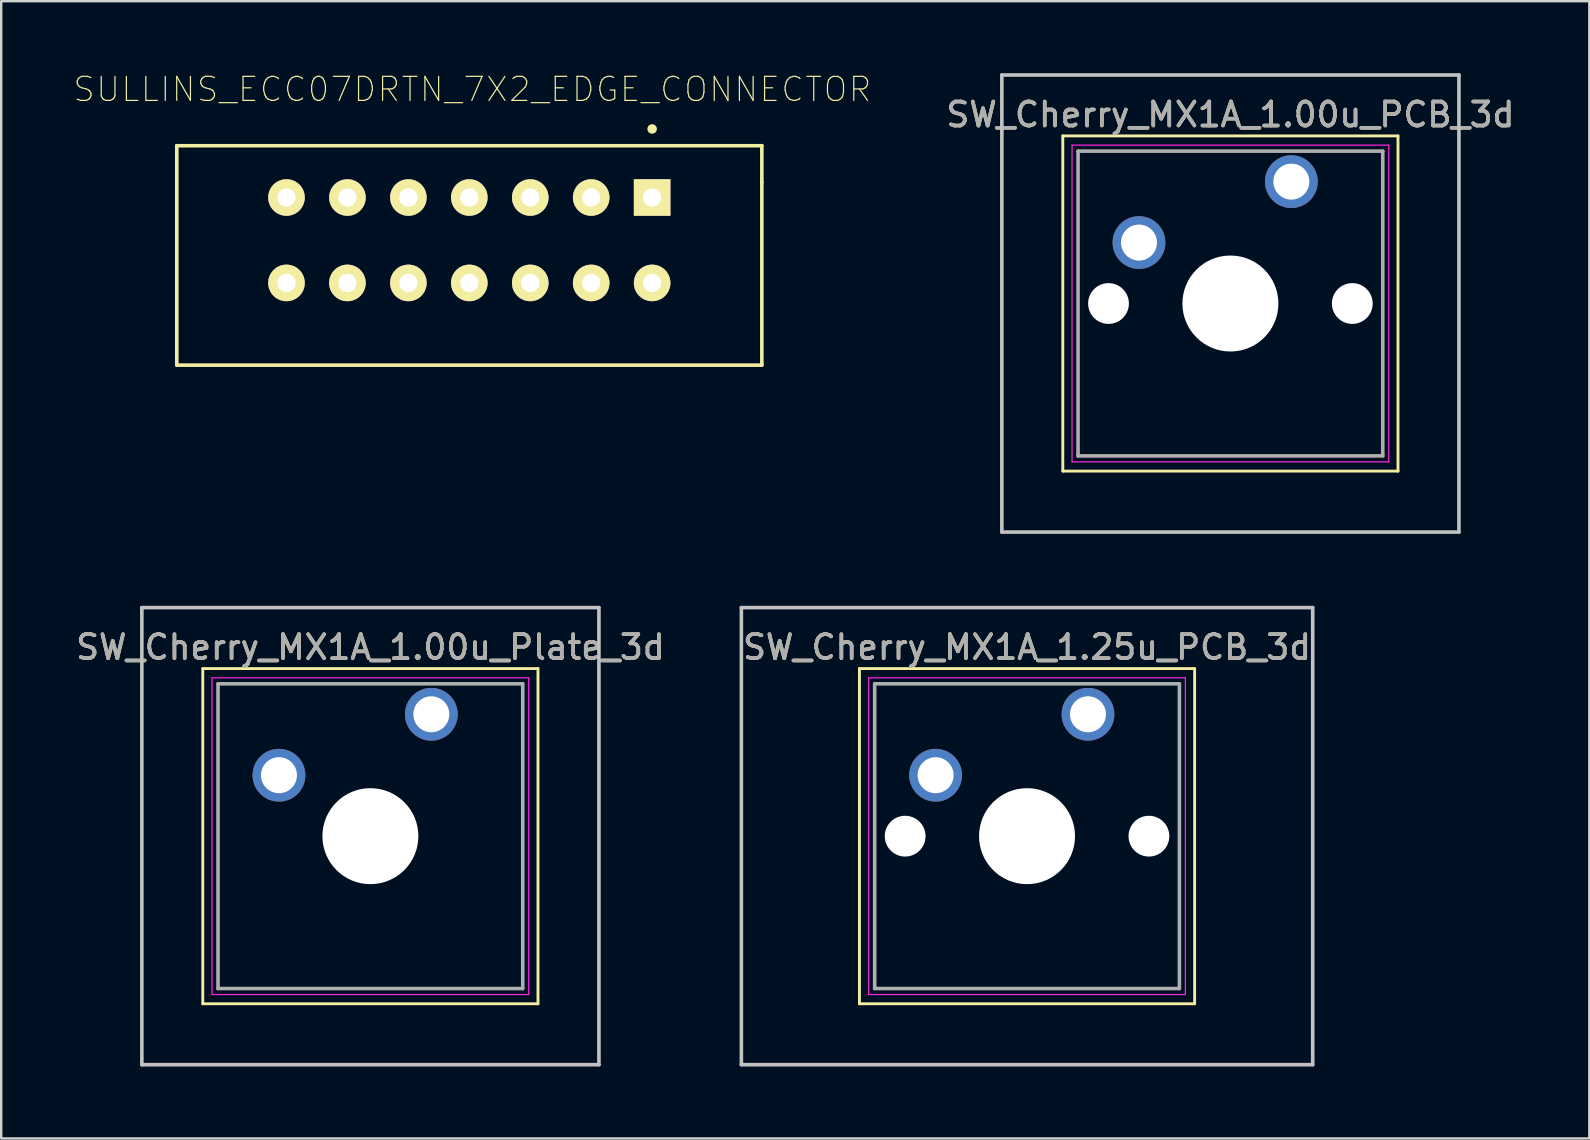
<source format=kicad_pcb>
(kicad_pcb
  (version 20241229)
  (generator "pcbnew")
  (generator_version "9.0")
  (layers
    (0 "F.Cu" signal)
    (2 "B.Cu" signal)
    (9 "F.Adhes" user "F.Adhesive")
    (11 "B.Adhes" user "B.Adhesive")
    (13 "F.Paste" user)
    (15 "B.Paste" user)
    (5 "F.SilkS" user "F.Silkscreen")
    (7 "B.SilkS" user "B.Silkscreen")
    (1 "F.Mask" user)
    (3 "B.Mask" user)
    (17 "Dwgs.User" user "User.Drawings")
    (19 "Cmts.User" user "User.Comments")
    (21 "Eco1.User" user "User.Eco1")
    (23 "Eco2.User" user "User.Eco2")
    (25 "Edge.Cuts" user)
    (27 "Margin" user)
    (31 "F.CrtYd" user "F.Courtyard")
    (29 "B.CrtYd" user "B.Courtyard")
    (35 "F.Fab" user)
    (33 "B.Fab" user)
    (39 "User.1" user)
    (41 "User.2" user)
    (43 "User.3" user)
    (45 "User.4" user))
  (footprint "SULLINS_ECC07DRTN_7X2_EDGE_CONNECTOR"
    (layer "F.Cu")
    (at 15.494 6.833)
    (property "Reference" "SULLINS_ECC07DRTN_7X2_EDGE_CONNECTOR" (at 1.143 -6.16 0) (layer "F.SilkS") (effects (font (size 1.001 1.001) (thickness 0.05))))
    (attr through_hole)
    (fp_line (start -11.176 -3.81) (end -11.176 5.334) (stroke (width 0.15) (type solid)) (layer "F.SilkS"))
    (fp_line (start -11.176 5.334) (end 13.208 5.334) (stroke (width 0.15) (type solid)) (layer "F.SilkS"))
    (fp_line (start 13.208 -3.81) (end -11.176 -3.81) (stroke (width 0.15) (type solid)) (layer "F.SilkS"))
    (fp_line (start 13.208 -2.286) (end 13.208 -3.81) (stroke (width 0.15) (type solid)) (layer "F.SilkS"))
    (fp_line (start 13.208 -2.286) (end 13.208 5.334) (stroke (width 0.15) (type solid)) (layer "F.SilkS"))
    (fp_circle (center 8.636 -4.508) (end 8.736 -4.508) (stroke (width 0.2) (type solid)) (fill no) (layer "F.SilkS"))
    (pad "1" thru_hole rect (at 8.636 -1.651 180) (size 1.524 1.524) (drill 0.762) (layers "*.Cu" "*.Mask" "F.SilkS"))
    (pad "2" thru_hole circle (at 6.096 -1.651 180) (size 1.524 1.524) (drill 0.762) (layers "*.Cu" "*.Mask" "F.SilkS"))
    (pad "3" thru_hole circle (at 3.556 -1.651 180) (size 1.524 1.524) (drill 0.762) (layers "*.Cu" "*.Mask" "F.SilkS"))
    (pad "4" thru_hole circle (at 1.016 -1.651 180) (size 1.524 1.524) (drill 0.762) (layers "*.Cu" "*.Mask" "F.SilkS"))
    (pad "5" thru_hole circle (at -1.524 -1.651 180) (size 1.524 1.524) (drill 0.762) (layers "*.Cu" "*.Mask" "F.SilkS"))
    (pad "6" thru_hole circle (at -4.064 -1.651 180) (size 1.524 1.524) (drill 0.762) (layers "*.Cu" "*.Mask" "F.SilkS"))
    (pad "7" thru_hole circle (at -6.604 -1.651 180) (size 1.524 1.524) (drill 0.762) (layers "*.Cu" "*.Mask" "F.SilkS"))
    (pad "A" thru_hole circle (at 8.636 1.909 180) (size 1.524 1.524) (drill 0.762) (layers "*.Cu" "*.Mask" "F.SilkS"))
    (pad "B" thru_hole circle (at 6.096 1.909 180) (size 1.524 1.524) (drill 0.762) (layers "*.Cu" "*.Mask" "F.SilkS"))
    (pad "C" thru_hole circle (at 3.556 1.909 180) (size 1.524 1.524) (drill 0.762) (layers "*.Cu" "*.Mask" "F.SilkS"))
    (pad "D" thru_hole circle (at 1.016 1.909 180) (size 1.524 1.524) (drill 0.762) (layers "*.Cu" "*.Mask" "F.SilkS"))
    (pad "E" thru_hole circle (at -1.524 1.909 180) (size 1.524 1.524) (drill 0.762) (layers "*.Cu" "*.Mask" "F.SilkS"))
    (pad "F" thru_hole circle (at -4.064 1.909 180) (size 1.524 1.524) (drill 0.762) (layers "*.Cu" "*.Mask" "F.SilkS"))
    (pad "H" thru_hole circle (at -6.604 1.909 180) (size 1.524 1.524) (drill 0.762) (layers "*.Cu" "*.Mask" "F.SilkS")))
  (footprint "SW_Cherry_MX1A_1.25u_PCB_3d"
    (layer "F.Cu")
    (at 42.295 26.72)
    (property "Reference" "SW_Cherry_MX1A_1.25u_PCB_3d" (at -2.54 -2.794 0) (layer "F.SilkS") (effects (font (size 1 1) (thickness 0.15))))
    (attr through_hole)
    (fp_line (start -9.525 -1.905) (end 4.445 -1.905) (stroke (width 0.12) (type solid)) (layer "F.SilkS"))
    (fp_line (start -9.525 12.065) (end -9.525 -1.905) (stroke (width 0.12) (type solid)) (layer "F.SilkS"))
    (fp_line (start 4.445 -1.905) (end 4.445 12.065) (stroke (width 0.12) (type solid)) (layer "F.SilkS"))
    (fp_line (start 4.445 12.065) (end -9.525 12.065) (stroke (width 0.12) (type solid)) (layer "F.SilkS"))
    (fp_line (start -14.446 -4.445) (end 9.366 -4.445) (stroke (width 0.15) (type solid)) (layer "Dwgs.User"))
    (fp_line (start -14.446 14.605) (end -14.446 -4.445) (stroke (width 0.15) (type solid)) (layer "Dwgs.User"))
    (fp_line (start 9.366 -4.445) (end 9.366 14.605) (stroke (width 0.15) (type solid)) (layer "Dwgs.User"))
    (fp_line (start 9.366 14.605) (end -14.446 14.605) (stroke (width 0.15) (type solid)) (layer "Dwgs.User"))
    (fp_line (start -9.14 -1.52) (end 4.06 -1.52) (stroke (width 0.05) (type solid)) (layer "F.CrtYd"))
    (fp_line (start -9.14 11.68) (end -9.14 -1.52) (stroke (width 0.05) (type solid)) (layer "F.CrtYd"))
    (fp_line (start 4.06 -1.52) (end 4.06 11.68) (stroke (width 0.05) (type solid)) (layer "F.CrtYd"))
    (fp_line (start 4.06 11.68) (end -9.14 11.68) (stroke (width 0.05) (type solid)) (layer "F.CrtYd"))
    (fp_line (start -8.89 -1.27) (end 3.81 -1.27) (stroke (width 0.15) (type solid)) (layer "F.Fab"))
    (fp_line (start -8.89 11.43) (end -8.89 -1.27) (stroke (width 0.15) (type solid)) (layer "F.Fab"))
    (fp_line (start 3.81 -1.27) (end 3.81 11.43) (stroke (width 0.15) (type solid)) (layer "F.Fab"))
    (fp_line (start 3.81 11.43) (end -8.89 11.43) (stroke (width 0.15) (type solid)) (layer "F.Fab"))
    (fp_text user "${REFERENCE}" (at -2.54 -2.794 0) (layer "F.Fab") (effects (font (size 1 1) (thickness 0.15))))
    (pad "" np_thru_hole circle (at -7.62 5.08) (size 1.7 1.7) (drill 1.7) (layers "*.Cu" "*.Mask"))
    (pad "" np_thru_hole circle (at -2.54 5.08) (size 4 4) (drill 4) (layers "*.Cu" "*.Mask"))
    (pad "" np_thru_hole circle (at 2.54 5.08) (size 1.7 1.7) (drill 1.7) (layers "*.Cu" "*.Mask"))
    (pad "1" thru_hole circle (at 0 0) (size 2.2 2.2) (drill 1.5) (layers "*.Cu" "*.Mask"))
    (pad "2" thru_hole circle (at -6.35 2.54) (size 2.2 2.2) (drill 1.5) (layers "*.Cu" "*.Mask")))
  (footprint "SW_Cherry_MX1A_1.00u_PCB_3d"
    (layer "F.Cu")
    (at 50.771 4.52)
    (property "Reference" "SW_Cherry_MX1A_1.00u_PCB_3d" (at -2.54 -2.794 0) (layer "F.SilkS") (effects (font (size 1 1) (thickness 0.15))))
    (attr through_hole)
    (fp_line (start -9.525 -1.905) (end 4.445 -1.905) (stroke (width 0.12) (type solid)) (layer "F.SilkS"))
    (fp_line (start -9.525 12.065) (end -9.525 -1.905) (stroke (width 0.12) (type solid)) (layer "F.SilkS"))
    (fp_line (start 4.445 -1.905) (end 4.445 12.065) (stroke (width 0.12) (type solid)) (layer "F.SilkS"))
    (fp_line (start 4.445 12.065) (end -9.525 12.065) (stroke (width 0.12) (type solid)) (layer "F.SilkS"))
    (fp_line (start -12.065 -4.445) (end 6.985 -4.445) (stroke (width 0.15) (type solid)) (layer "Dwgs.User"))
    (fp_line (start -12.065 14.605) (end -12.065 -4.445) (stroke (width 0.15) (type solid)) (layer "Dwgs.User"))
    (fp_line (start 6.985 -4.445) (end 6.985 14.605) (stroke (width 0.15) (type solid)) (layer "Dwgs.User"))
    (fp_line (start 6.985 14.605) (end -12.065 14.605) (stroke (width 0.15) (type solid)) (layer "Dwgs.User"))
    (fp_line (start -9.14 -1.52) (end 4.06 -1.52) (stroke (width 0.05) (type solid)) (layer "F.CrtYd"))
    (fp_line (start -9.14 11.68) (end -9.14 -1.52) (stroke (width 0.05) (type solid)) (layer "F.CrtYd"))
    (fp_line (start 4.06 -1.52) (end 4.06 11.68) (stroke (width 0.05) (type solid)) (layer "F.CrtYd"))
    (fp_line (start 4.06 11.68) (end -9.14 11.68) (stroke (width 0.05) (type solid)) (layer "F.CrtYd"))
    (fp_line (start -8.89 -1.27) (end 3.81 -1.27) (stroke (width 0.15) (type solid)) (layer "F.Fab"))
    (fp_line (start -8.89 11.43) (end -8.89 -1.27) (stroke (width 0.15) (type solid)) (layer "F.Fab"))
    (fp_line (start 3.81 -1.27) (end 3.81 11.43) (stroke (width 0.15) (type solid)) (layer "F.Fab"))
    (fp_line (start 3.81 11.43) (end -8.89 11.43) (stroke (width 0.15) (type solid)) (layer "F.Fab"))
    (fp_text user "${REFERENCE}" (at -2.54 -2.794 0) (layer "F.Fab") (effects (font (size 1 1) (thickness 0.15))))
    (pad "" np_thru_hole circle (at -7.62 5.08) (size 1.7 1.7) (drill 1.7) (layers "*.Cu" "*.Mask"))
    (pad "" np_thru_hole circle (at -2.54 5.08) (size 4 4) (drill 4) (layers "*.Cu" "*.Mask"))
    (pad "" np_thru_hole circle (at 2.54 5.08) (size 1.7 1.7) (drill 1.7) (layers "*.Cu" "*.Mask"))
    (pad "1" thru_hole circle (at 0 0) (size 2.2 2.2) (drill 1.5) (layers "*.Cu" "*.Mask"))
    (pad "2" thru_hole circle (at -6.35 2.54) (size 2.2 2.2) (drill 1.5) (layers "*.Cu" "*.Mask")))
  (footprint "SW_Cherry_MX1A_1.00u_Plate_3d"
    (layer "F.Cu")
    (at 14.927 26.72)
    (property "Reference" "SW_Cherry_MX1A_1.00u_Plate_3d" (at -2.54 -2.794 0) (layer "F.SilkS") (effects (font (size 1 1) (thickness 0.15))))
    (attr through_hole)
    (fp_line (start -9.525 -1.905) (end 4.445 -1.905) (stroke (width 0.12) (type solid)) (layer "F.SilkS"))
    (fp_line (start -9.525 12.065) (end -9.525 -1.905) (stroke (width 0.12) (type solid)) (layer "F.SilkS"))
    (fp_line (start 4.445 -1.905) (end 4.445 12.065) (stroke (width 0.12) (type solid)) (layer "F.SilkS"))
    (fp_line (start 4.445 12.065) (end -9.525 12.065) (stroke (width 0.12) (type solid)) (layer "F.SilkS"))
    (fp_line (start -12.065 -4.445) (end 6.985 -4.445) (stroke (width 0.15) (type solid)) (layer "Dwgs.User"))
    (fp_line (start -12.065 14.605) (end -12.065 -4.445) (stroke (width 0.15) (type solid)) (layer "Dwgs.User"))
    (fp_line (start 6.985 -4.445) (end 6.985 14.605) (stroke (width 0.15) (type solid)) (layer "Dwgs.User"))
    (fp_line (start 6.985 14.605) (end -12.065 14.605) (stroke (width 0.15) (type solid)) (layer "Dwgs.User"))
    (fp_line (start -9.14 -1.52) (end 4.06 -1.52) (stroke (width 0.05) (type solid)) (layer "F.CrtYd"))
    (fp_line (start -9.14 11.68) (end -9.14 -1.52) (stroke (width 0.05) (type solid)) (layer "F.CrtYd"))
    (fp_line (start 4.06 -1.52) (end 4.06 11.68) (stroke (width 0.05) (type solid)) (layer "F.CrtYd"))
    (fp_line (start 4.06 11.68) (end -9.14 11.68) (stroke (width 0.05) (type solid)) (layer "F.CrtYd"))
    (fp_line (start -8.89 -1.27) (end 3.81 -1.27) (stroke (width 0.15) (type solid)) (layer "F.Fab"))
    (fp_line (start -8.89 11.43) (end -8.89 -1.27) (stroke (width 0.15) (type solid)) (layer "F.Fab"))
    (fp_line (start 3.81 -1.27) (end 3.81 11.43) (stroke (width 0.15) (type solid)) (layer "F.Fab"))
    (fp_line (start 3.81 11.43) (end -8.89 11.43) (stroke (width 0.15) (type solid)) (layer "F.Fab"))
    (fp_text user "${REFERENCE}" (at -2.54 -2.794 0) (layer "F.Fab") (effects (font (size 1 1) (thickness 0.15))))
    (pad "" np_thru_hole circle (at -2.54 5.08) (size 4 4) (drill 4) (layers "*.Cu" "*.Mask"))
    (pad "1" thru_hole circle (at 0 0) (size 2.2 2.2) (drill 1.5) (layers "*.Cu" "*.Mask"))
    (pad "2" thru_hole circle (at -6.35 2.54) (size 2.2 2.2) (drill 1.5) (layers "*.Cu" "*.Mask")))
  (gr_rect
    (start -3 -3)
    (end 63.19 44.4)
    (stroke (width 0.1) (type default))
    (fill no)
    (layer "Edge.Cuts")))
</source>
